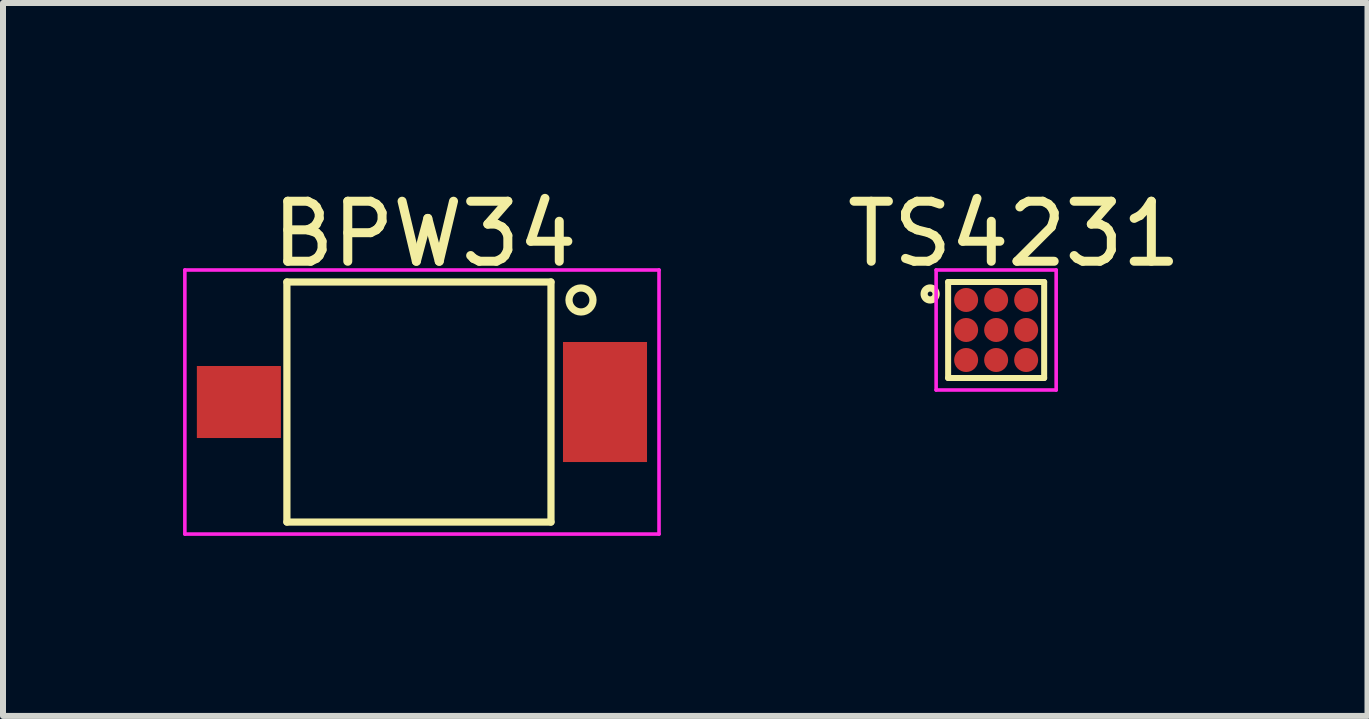
<source format=kicad_pcb>
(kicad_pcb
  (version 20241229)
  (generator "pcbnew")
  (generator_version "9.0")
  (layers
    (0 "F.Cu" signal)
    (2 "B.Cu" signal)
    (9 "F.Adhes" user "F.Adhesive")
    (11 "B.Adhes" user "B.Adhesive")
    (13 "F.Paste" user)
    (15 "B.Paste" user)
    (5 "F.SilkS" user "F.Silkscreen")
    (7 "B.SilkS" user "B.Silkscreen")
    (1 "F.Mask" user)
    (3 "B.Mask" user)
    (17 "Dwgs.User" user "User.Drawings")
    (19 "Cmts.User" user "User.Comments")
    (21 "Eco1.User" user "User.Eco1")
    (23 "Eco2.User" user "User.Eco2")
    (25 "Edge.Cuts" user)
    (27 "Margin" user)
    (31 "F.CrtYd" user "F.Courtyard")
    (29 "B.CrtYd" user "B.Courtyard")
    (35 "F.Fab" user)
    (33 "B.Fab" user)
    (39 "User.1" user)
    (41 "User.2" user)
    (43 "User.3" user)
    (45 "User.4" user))
  (footprint "TS4231"
    (layer "F.Cu")
    (at 13.547 2.448)
    (property "Reference" "TS4231" (at 0.3 -1.6 0) (layer "F.SilkS") (effects (font (size 1 1) (thickness 0.15))))
    (attr through_hole)
    (fp_line (start -0.8 -0.8) (end 0.8 -0.8) (stroke (width 0.1) (type solid)) (layer "F.SilkS"))
    (fp_line (start -0.8 0.8) (end -0.8 -0.8) (stroke (width 0.1) (type solid)) (layer "F.SilkS"))
    (fp_line (start 0.8 -0.8) (end 0.8 0.8) (stroke (width 0.1) (type solid)) (layer "F.SilkS"))
    (fp_line (start 0.8 0.8) (end -0.8 0.8) (stroke (width 0.1) (type solid)) (layer "F.SilkS"))
    (fp_circle (center -1.1 -0.6) (end -1 -0.6) (stroke (width 0.12) (type solid)) (fill no) (layer "F.SilkS"))
    (fp_line (start -1 -1) (end -1 1) (stroke (width 0.06) (type solid)) (layer "F.CrtYd"))
    (fp_line (start -1 1) (end 1 1) (stroke (width 0.06) (type solid)) (layer "F.CrtYd"))
    (fp_line (start 1 -1) (end -1 -1) (stroke (width 0.06) (type solid)) (layer "F.CrtYd"))
    (fp_line (start 1 1) (end 1 -1) (stroke (width 0.06) (type solid)) (layer "F.CrtYd"))
    (pad "A1" smd circle (at -0.5 -0.5) (size 0.4 0.4) (layers "F.Cu" "F.Mask" "F.Paste"))
    (pad "A2" smd circle (at 0 -0.5) (size 0.4 0.4) (layers "F.Cu" "F.Mask" "F.Paste"))
    (pad "A3" smd circle (at 0.5 -0.5) (size 0.4 0.4) (layers "F.Cu" "F.Mask" "F.Paste"))
    (pad "B1" smd circle (at -0.5 0) (size 0.4 0.4) (layers "F.Cu" "F.Mask" "F.Paste"))
    (pad "B2" smd circle (at 0 0) (size 0.4 0.4) (layers "F.Cu" "F.Mask" "F.Paste"))
    (pad "B3" smd circle (at 0.5 0) (size 0.4 0.4) (layers "F.Cu" "F.Mask" "F.Paste"))
    (pad "C1" smd circle (at -0.5 0.5) (size 0.4 0.4) (layers "F.Cu" "F.Mask" "F.Paste"))
    (pad "C2" smd circle (at 0 0.5) (size 0.4 0.4) (layers "F.Cu" "F.Mask" "F.Paste"))
    (pad "C3" smd circle (at 0.5 0.5) (size 0.4 0.4) (layers "F.Cu" "F.Mask" "F.Paste")))
  (footprint "BPW34"
    (layer "F.Cu")
    (at 3.93 3.648)
    (property "Reference" "BPW34" (at 0.1 -2.8 0) (layer "F.SilkS") (effects (font (size 1 1) (thickness 0.15))))
    (attr through_hole)
    (fp_line (start -2.2 -2) (end 2.2 -2) (stroke (width 0.12) (type solid)) (layer "F.SilkS"))
    (fp_line (start -2.2 2) (end -2.2 -2) (stroke (width 0.12) (type solid)) (layer "F.SilkS"))
    (fp_line (start 2.2 -2) (end 2.2 2) (stroke (width 0.12) (type solid)) (layer "F.SilkS"))
    (fp_line (start 2.2 2) (end -2.2 2) (stroke (width 0.12) (type solid)) (layer "F.SilkS"))
    (fp_circle (center 2.7 -1.7) (end 2.9 -1.7) (stroke (width 0.12) (type solid)) (fill no) (layer "F.SilkS"))
    (fp_line (start -3.9 -2.2) (end 4 -2.2) (stroke (width 0.06) (type solid)) (layer "F.CrtYd"))
    (fp_line (start -3.9 2.2) (end -3.9 -2.2) (stroke (width 0.06) (type solid)) (layer "F.CrtYd"))
    (fp_line (start 4 -2.2) (end 4 2.2) (stroke (width 0.06) (type solid)) (layer "F.CrtYd"))
    (fp_line (start 4 2.2) (end -3.9 2.2) (stroke (width 0.06) (type solid)) (layer "F.CrtYd"))
    (pad "1" smd rect (at 3.1 0) (size 1.4 2) (layers "F.Cu" "F.Mask" "F.Paste"))
    (pad "2" smd rect (at -3 0) (size 1.4 1.2) (layers "F.Cu" "F.Mask" "F.Paste")))
  (gr_rect
    (start -3 -3)
    (end 19.734 8.878)
    (stroke (width 0.1) (type default))
    (fill no)
    (layer "Edge.Cuts")))
</source>
